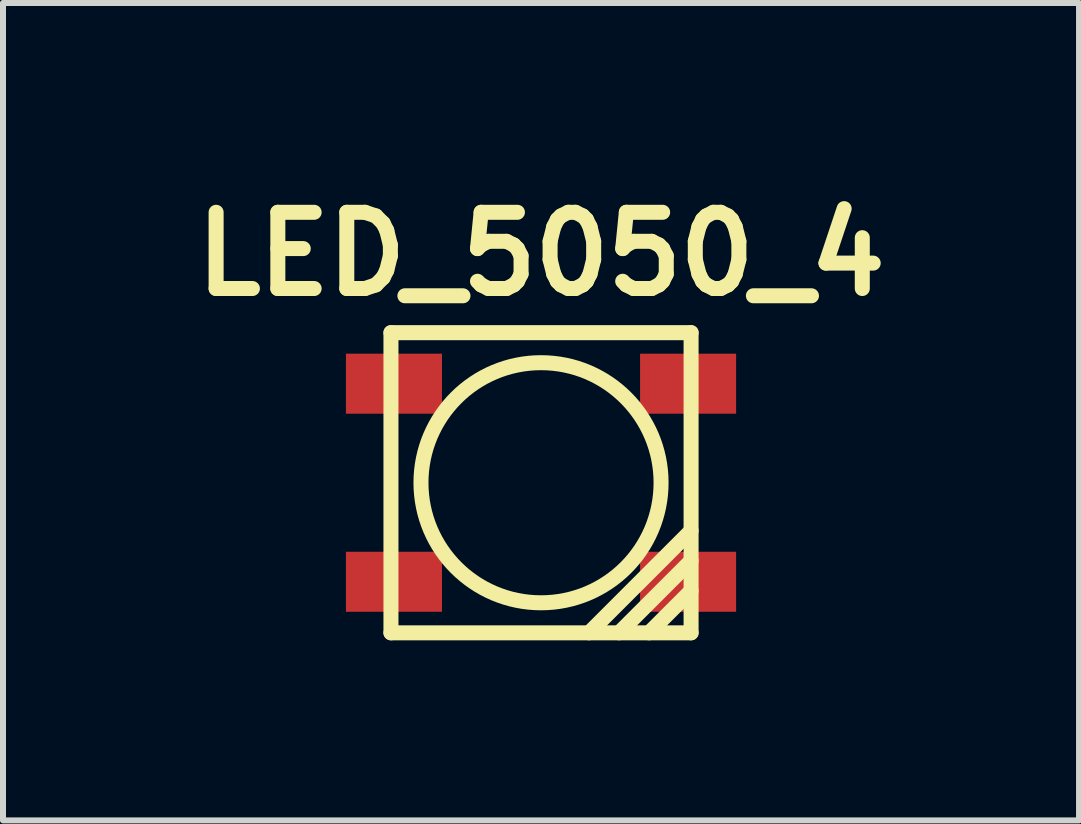
<source format=kicad_pcb>
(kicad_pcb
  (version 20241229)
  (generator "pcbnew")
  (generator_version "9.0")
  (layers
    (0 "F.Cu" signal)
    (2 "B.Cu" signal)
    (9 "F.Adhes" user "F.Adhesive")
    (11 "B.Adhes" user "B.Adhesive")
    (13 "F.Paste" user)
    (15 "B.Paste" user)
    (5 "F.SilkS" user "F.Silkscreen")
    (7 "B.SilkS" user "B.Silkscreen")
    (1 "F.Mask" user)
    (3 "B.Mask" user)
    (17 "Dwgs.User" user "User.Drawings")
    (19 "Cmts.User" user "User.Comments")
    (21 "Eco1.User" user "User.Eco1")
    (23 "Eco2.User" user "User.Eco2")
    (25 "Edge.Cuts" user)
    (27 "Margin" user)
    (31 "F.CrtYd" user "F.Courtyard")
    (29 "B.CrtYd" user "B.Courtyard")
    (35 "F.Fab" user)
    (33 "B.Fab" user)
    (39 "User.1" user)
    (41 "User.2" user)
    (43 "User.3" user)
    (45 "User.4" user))
  (footprint "LED_5050_4"
    (layer "F.Cu")
    (at 5.963 4.992)
    (property "Reference" "LED_5050_4" (at 0 -3.81 0) (layer "F.SilkS") (effects (font (size 1.27 1.27) (thickness 0.25))))
    (attr through_hole)
    (fp_line (start -2.5 -2.5) (end -2.5 2.5) (stroke (width 0.25) (type solid)) (layer "F.SilkS"))
    (fp_line (start -2.5 2.5) (end 2.5 2.5) (stroke (width 0.25) (type solid)) (layer "F.SilkS"))
    (fp_line (start 0.8 2.5) (end 2.5 0.8) (stroke (width 0.25) (type solid)) (layer "F.SilkS"))
    (fp_line (start 1.3 2.5) (end 2.5 1.3) (stroke (width 0.25) (type solid)) (layer "F.SilkS"))
    (fp_line (start 1.8 2.5) (end 2.5 1.8) (stroke (width 0.25) (type solid)) (layer "F.SilkS"))
    (fp_line (start 2.5 -2.5) (end -2.5 -2.5) (stroke (width 0.25) (type solid)) (layer "F.SilkS"))
    (fp_line (start 2.5 2.5) (end 2.5 -2.5) (stroke (width 0.25) (type solid)) (layer "F.SilkS"))
    (fp_circle (center 0 0) (end 0 -2) (stroke (width 0.25) (type solid)) (fill no) (layer "F.SilkS"))
    (pad "1" smd rect (at -2.45 -1.65) (size 1.6 1) (layers "F.Cu" "F.Mask" "F.Paste"))
    (pad "2" smd rect (at -2.45 1.65) (size 1.6 1) (layers "F.Cu" "F.Mask" "F.Paste"))
    (pad "3" smd rect (at 2.45 1.65) (size 1.6 1) (layers "F.Cu" "F.Mask" "F.Paste"))
    (pad "4" smd rect (at 2.45 -1.65) (size 1.6 1) (layers "F.Cu" "F.Mask" "F.Paste")))
  (gr_rect
    (start -3 -3)
    (end 14.926 10.617)
    (stroke (width 0.1) (type default))
    (fill no)
    (layer "Edge.Cuts")))
</source>
